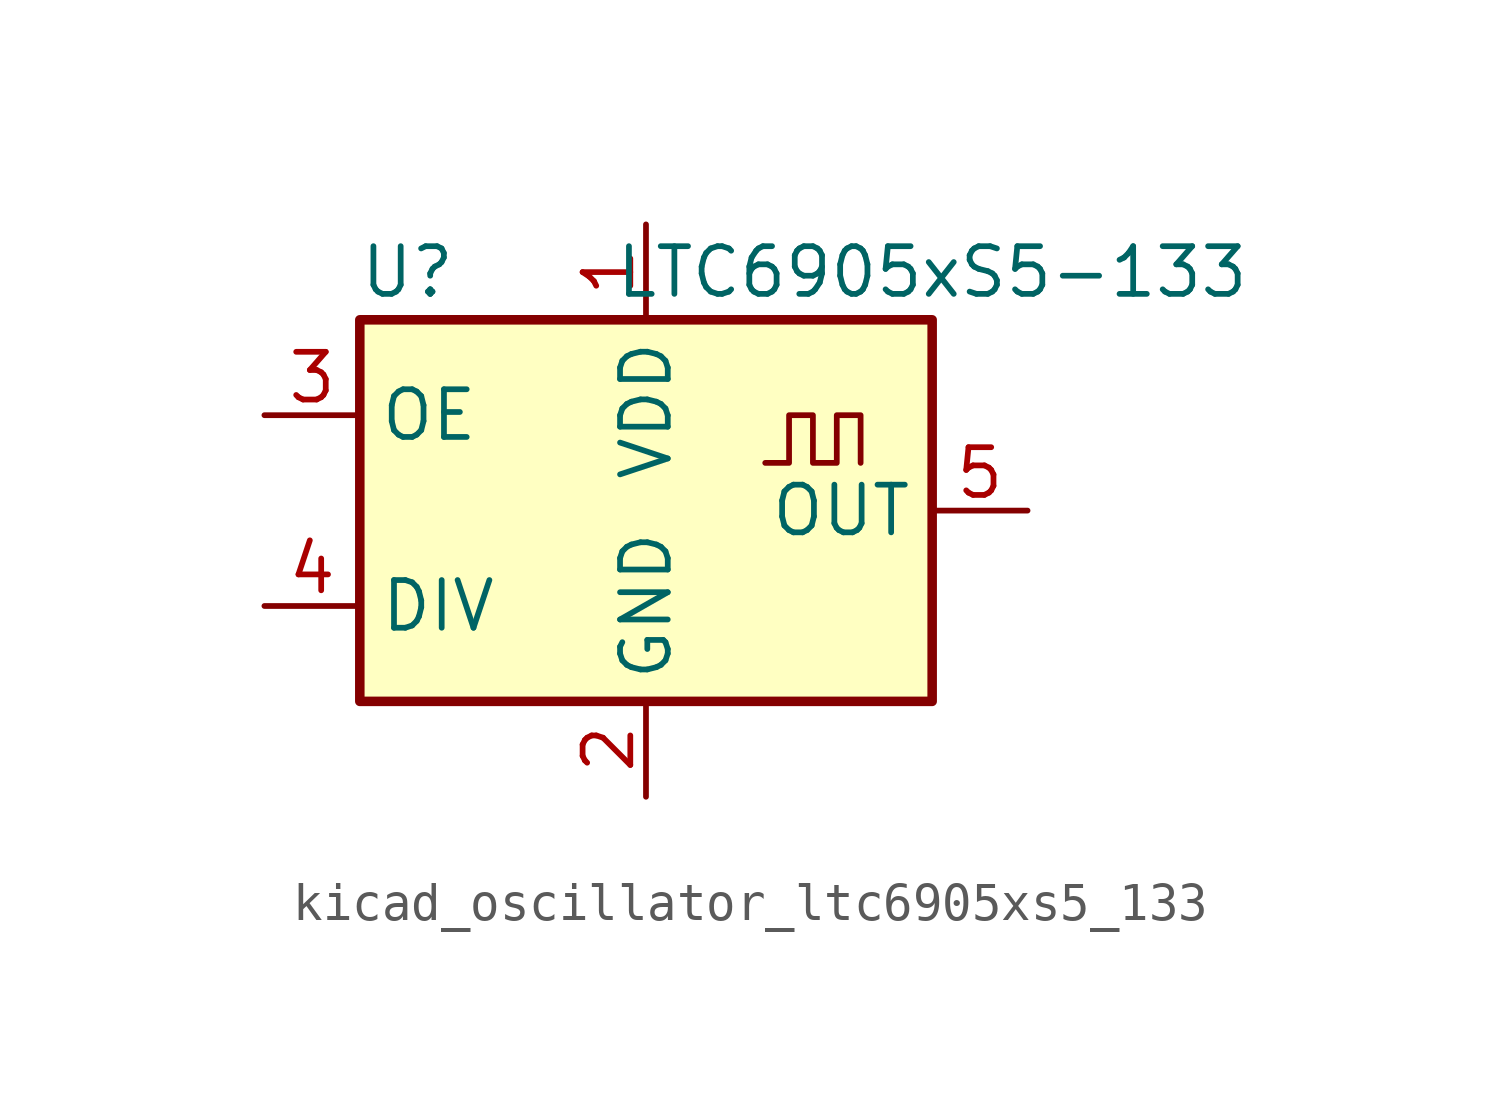
<source format=kicad_sym>
(kicad_symbol_lib
  (version 20220914)
  (generator kicad_symbol_editor)
  (symbol "kicad_oscillator_ltc6905xs5_133"
    (property "Reference" "U"
      (at -6.35 6.35 0)
      (effects (font (size 1.27 1.27))))
    (property "Value" "LTC6905xS5-133"
      (at 7.62 6.35 0)
      (effects (font (size 1.27 1.27))))
    (symbol "kicad_oscillator_ltc6905xs5_133_1_1"
      (rectangle (start -7.62 5.08) (end 7.62 -5.08) (stroke (width 0.254) (type default)) (fill (type background)))
      (polyline (pts (xy 3.175 1.27) (xy 3.81 1.27) (xy 3.81 2.54) (xy 4.445 2.54) (xy 4.445 1.27) (xy 5.08 1.27) (xy 5.08 2.54) (xy 5.715 2.54) (xy 5.715 1.27)) (stroke (width 0) (type default)) (fill (type none)))
      (pin power_in line (at 0 7.62 270) (length 2.54) (name "VDD" (effects (font (size 1.27 1.27)))) (number "1" (effects (font (size 1.27 1.27)))))
      (pin power_in line (at 0 -7.62 90) (length 2.54) (name "GND" (effects (font (size 1.27 1.27)))) (number "2" (effects (font (size 1.27 1.27)))))
      (pin input line (at -10.16 2.54 0) (length 2.54) (name "OE" (effects (font (size 1.27 1.27)))) (number "3" (effects (font (size 1.27 1.27)))))
      (pin input line (at -10.16 -2.54 0) (length 2.54) (name "DIV" (effects (font (size 1.27 1.27)))) (number "4" (effects (font (size 1.27 1.27)))))
      (pin output line (at 10.16 0 180) (length 2.54) (name "OUT" (effects (font (size 1.27 1.27)))) (number "5" (effects (font (size 1.27 1.27))))))))
</source>
